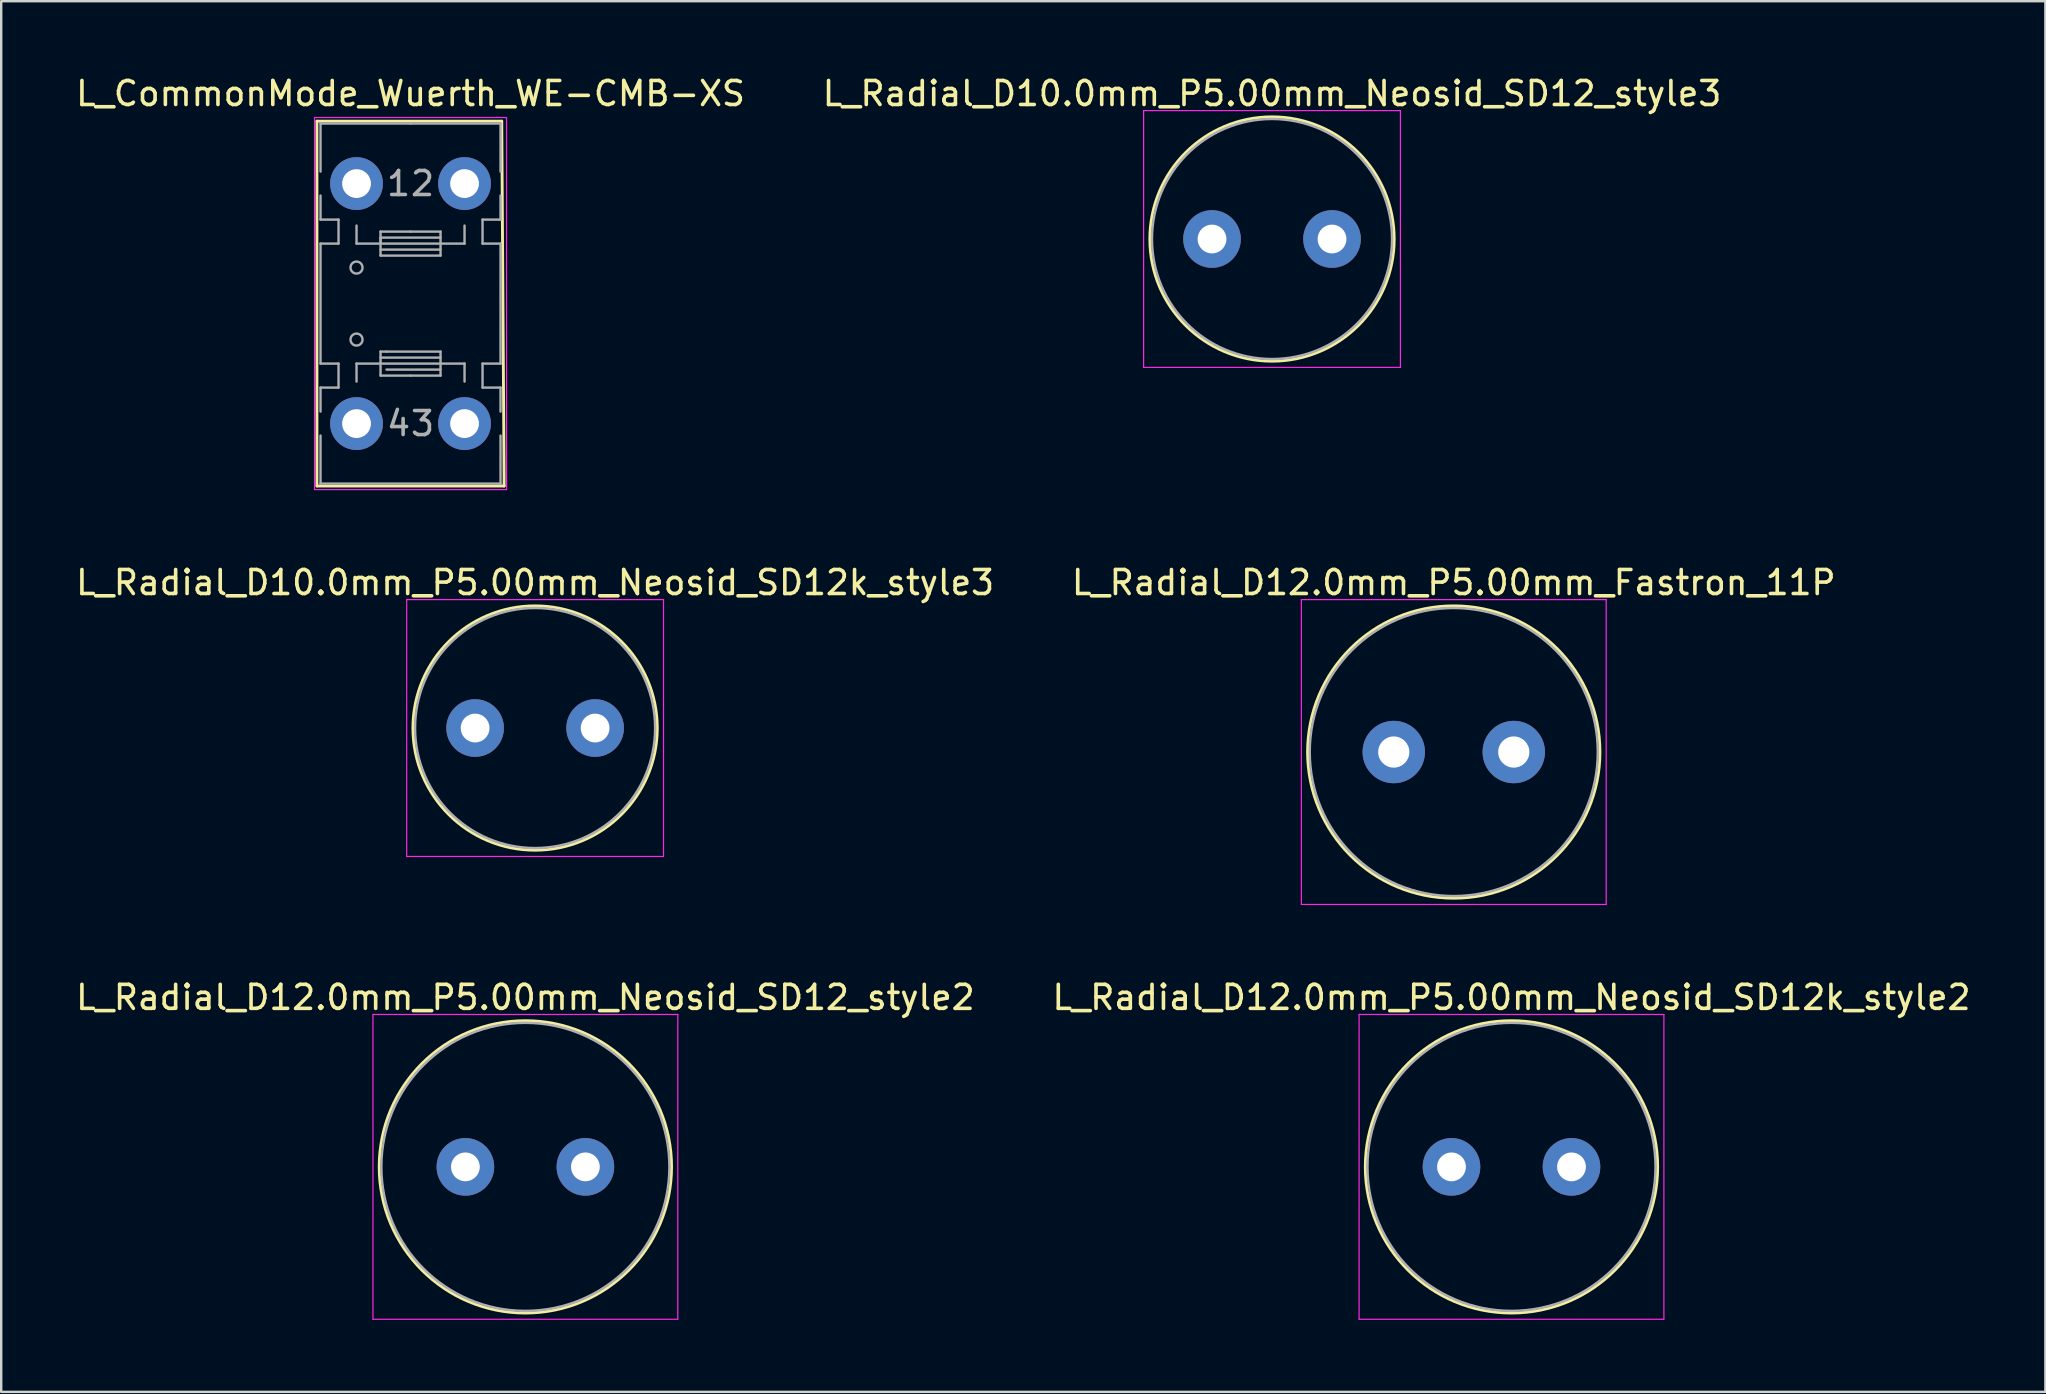
<source format=kicad_pcb>
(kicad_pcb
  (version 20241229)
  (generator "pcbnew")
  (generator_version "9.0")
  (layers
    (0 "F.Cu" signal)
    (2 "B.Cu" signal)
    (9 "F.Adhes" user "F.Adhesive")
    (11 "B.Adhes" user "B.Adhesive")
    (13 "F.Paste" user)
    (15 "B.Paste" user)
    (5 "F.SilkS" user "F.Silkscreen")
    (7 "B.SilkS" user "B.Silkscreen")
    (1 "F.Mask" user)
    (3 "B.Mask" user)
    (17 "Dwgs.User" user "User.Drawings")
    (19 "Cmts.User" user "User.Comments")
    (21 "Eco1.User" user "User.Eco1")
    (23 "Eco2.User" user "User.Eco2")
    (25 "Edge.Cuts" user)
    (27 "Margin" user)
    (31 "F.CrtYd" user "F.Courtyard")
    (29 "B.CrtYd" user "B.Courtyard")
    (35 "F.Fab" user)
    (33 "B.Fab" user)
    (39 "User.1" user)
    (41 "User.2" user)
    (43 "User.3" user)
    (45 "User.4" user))
  (footprint "L_Radial_D12.0mm_P5.00mm_Fastron_11P"
    (layer "F.Cu")
    (at 55.018 28.282)
    (property "Reference" "L_Radial_D12.0mm_P5.00mm_Fastron_11P" (at 2.5 -7.06 0) (layer "F.SilkS") (effects (font (size 1 1) (thickness 0.15))))
    (attr through_hole)
    (fp_circle (center 2.5 0) (end 8.59 0) (stroke (width 0.12) (type solid)) (fill no) (layer "F.SilkS"))
    (fp_line (start -3.85 -6.35) (end -3.85 6.35) (stroke (width 0.05) (type solid)) (layer "F.CrtYd"))
    (fp_line (start -3.85 6.35) (end 8.85 6.35) (stroke (width 0.05) (type solid)) (layer "F.CrtYd"))
    (fp_line (start 8.85 -6.35) (end -3.85 -6.35) (stroke (width 0.05) (type solid)) (layer "F.CrtYd"))
    (fp_line (start 8.85 6.35) (end 8.85 -6.35) (stroke (width 0.05) (type solid)) (layer "F.CrtYd"))
    (fp_circle (center 2.5 0) (end 8.5 0) (stroke (width 0.1) (type solid)) (fill no) (layer "F.Fab"))
    (pad "1" thru_hole circle (at 0 0) (size 2.6 2.6) (drill 1.3) (layers "*.Cu" "*.Mask"))
    (pad "2" thru_hole circle (at 5 0) (size 2.6 2.6) (drill 1.3) (layers "*.Cu" "*.Mask")))
  (footprint "L_CommonMode_Wuerth_WE-CMB-XS"
    (layer "F.Cu")
    (at 11.804 4.598)
    (property "Reference" "L_CommonMode_Wuerth_WE-CMB-XS" (at 2.25 -3.75 0) (layer "F.SilkS") (effects (font (size 1 1) (thickness 0.15))))
    (attr through_hole)
    (fp_line (start -1.65 -2.6) (end -1.65 12.6) (stroke (width 0.12) (type solid)) (layer "F.SilkS"))
    (fp_line (start -1.65 12.6) (end 6.15 12.6) (stroke (width 0.12) (type solid)) (layer "F.SilkS"))
    (fp_line (start 6.05 -2.6) (end -1.65 -2.6) (stroke (width 0.12) (type solid)) (layer "F.SilkS"))
    (fp_line (start 6.15 12.6) (end 6.05 -2.6) (stroke (width 0.12) (type solid)) (layer "F.SilkS"))
    (fp_line (start -1.75 -2.75) (end -1.75 12.75) (stroke (width 0.05) (type solid)) (layer "F.CrtYd"))
    (fp_line (start -1.75 12.75) (end 6.25 12.75) (stroke (width 0.05) (type solid)) (layer "F.CrtYd"))
    (fp_line (start 6.25 -2.75) (end -1.75 -2.75) (stroke (width 0.05) (type solid)) (layer "F.CrtYd"))
    (fp_line (start 6.25 12.75) (end 6.25 -2.75) (stroke (width 0.05) (type solid)) (layer "F.CrtYd"))
    (fp_line (start -1.5 -2.5) (end 2.25 -2.5) (stroke (width 0.1) (type solid)) (layer "F.Fab"))
    (fp_line (start -1.5 -0.5) (end -1.5 -2.5) (stroke (width 0.1) (type solid)) (layer "F.Fab"))
    (fp_line (start -1.5 1.5) (end -1.5 0.5) (stroke (width 0.1) (type solid)) (layer "F.Fab"))
    (fp_line (start -1.5 2.5) (end -0.75 2.5) (stroke (width 0.1) (type solid)) (layer "F.Fab"))
    (fp_line (start -1.5 7.5) (end -1.5 2.5) (stroke (width 0.1) (type solid)) (layer "F.Fab"))
    (fp_line (start -1.5 8.5) (end -0.75 8.5) (stroke (width 0.1) (type solid)) (layer "F.Fab"))
    (fp_line (start -1.5 9.5) (end -1.5 8.5) (stroke (width 0.1) (type solid)) (layer "F.Fab"))
    (fp_line (start -1.5 12.5) (end -1.5 10.5) (stroke (width 0.1) (type solid)) (layer "F.Fab"))
    (fp_line (start -0.75 1.5) (end -1.5 1.5) (stroke (width 0.1) (type solid)) (layer "F.Fab"))
    (fp_line (start -0.75 2.5) (end -0.75 1.5) (stroke (width 0.1) (type solid)) (layer "F.Fab"))
    (fp_line (start -0.75 7.5) (end -1.5 7.5) (stroke (width 0.1) (type solid)) (layer "F.Fab"))
    (fp_line (start -0.75 8.5) (end -0.75 7.5) (stroke (width 0.1) (type solid)) (layer "F.Fab"))
    (fp_line (start 0 2.5) (end 0 1.75) (stroke (width 0.1) (type solid)) (layer "F.Fab"))
    (fp_line (start 0 7.5) (end 0 8.25) (stroke (width 0.1) (type solid)) (layer "F.Fab"))
    (fp_line (start 1 2) (end 2.25 2) (stroke (width 0.1) (type solid)) (layer "F.Fab"))
    (fp_line (start 1 2.25) (end 1 2.5) (stroke (width 0.1) (type solid)) (layer "F.Fab"))
    (fp_line (start 1 2.5) (end 0 2.5) (stroke (width 0.1) (type solid)) (layer "F.Fab"))
    (fp_line (start 1 2.75) (end 3.5 2.75) (stroke (width 0.1) (type solid)) (layer "F.Fab"))
    (fp_line (start 1 3) (end 1 2) (stroke (width 0.1) (type solid)) (layer "F.Fab"))
    (fp_line (start 1 7) (end 1 8) (stroke (width 0.1) (type solid)) (layer "F.Fab"))
    (fp_line (start 1 7.5) (end 0 7.5) (stroke (width 0.1) (type solid)) (layer "F.Fab"))
    (fp_line (start 1 8) (end 2.25 8) (stroke (width 0.1) (type solid)) (layer "F.Fab"))
    (fp_line (start 1.25 7) (end 1 7) (stroke (width 0.1) (type solid)) (layer "F.Fab"))
    (fp_line (start 2.25 -2.5) (end 6 -2.5) (stroke (width 0.1) (type solid)) (layer "F.Fab"))
    (fp_line (start 2.25 2) (end 3.5 2) (stroke (width 0.1) (type solid)) (layer "F.Fab"))
    (fp_line (start 2.25 8) (end 3.5 8) (stroke (width 0.1) (type solid)) (layer "F.Fab"))
    (fp_line (start 3.5 2) (end 3.5 3) (stroke (width 0.1) (type solid)) (layer "F.Fab"))
    (fp_line (start 3.5 2.25) (end 1 2.25) (stroke (width 0.1) (type solid)) (layer "F.Fab"))
    (fp_line (start 3.5 2.5) (end 1 2.5) (stroke (width 0.1) (type solid)) (layer "F.Fab"))
    (fp_line (start 3.5 2.5) (end 4.5 2.5) (stroke (width 0.1) (type solid)) (layer "F.Fab"))
    (fp_line (start 3.5 3) (end 1 3) (stroke (width 0.1) (type solid)) (layer "F.Fab"))
    (fp_line (start 3.5 7) (end 1.25 7) (stroke (width 0.1) (type solid)) (layer "F.Fab"))
    (fp_line (start 3.5 7.25) (end 1 7.25) (stroke (width 0.1) (type solid)) (layer "F.Fab"))
    (fp_line (start 3.5 7.5) (end 1 7.5) (stroke (width 0.1) (type solid)) (layer "F.Fab"))
    (fp_line (start 3.5 7.5) (end 4.5 7.5) (stroke (width 0.1) (type solid)) (layer "F.Fab"))
    (fp_line (start 3.5 7.75) (end 1.25 7.75) (stroke (width 0.1) (type solid)) (layer "F.Fab"))
    (fp_line (start 3.5 8) (end 3.5 7) (stroke (width 0.1) (type solid)) (layer "F.Fab"))
    (fp_line (start 4.5 2.5) (end 4.5 1.75) (stroke (width 0.1) (type solid)) (layer "F.Fab"))
    (fp_line (start 4.5 7.5) (end 4.5 8.25) (stroke (width 0.1) (type solid)) (layer "F.Fab"))
    (fp_line (start 5.25 1.5) (end 5.25 2.5) (stroke (width 0.1) (type solid)) (layer "F.Fab"))
    (fp_line (start 5.25 2.5) (end 6 2.5) (stroke (width 0.1) (type solid)) (layer "F.Fab"))
    (fp_line (start 5.25 7.5) (end 5.25 8.5) (stroke (width 0.1) (type solid)) (layer "F.Fab"))
    (fp_line (start 5.25 8.5) (end 6 8.5) (stroke (width 0.1) (type solid)) (layer "F.Fab"))
    (fp_line (start 6 -2.5) (end 6 -0.5) (stroke (width 0.1) (type solid)) (layer "F.Fab"))
    (fp_line (start 6 0.5) (end 6 1.5) (stroke (width 0.1) (type solid)) (layer "F.Fab"))
    (fp_line (start 6 1.5) (end 5.25 1.5) (stroke (width 0.1) (type solid)) (layer "F.Fab"))
    (fp_line (start 6 2.5) (end 6 7.5) (stroke (width 0.1) (type solid)) (layer "F.Fab"))
    (fp_line (start 6 7.5) (end 5.25 7.5) (stroke (width 0.1) (type solid)) (layer "F.Fab"))
    (fp_line (start 6 8.5) (end 6 9.5) (stroke (width 0.1) (type solid)) (layer "F.Fab"))
    (fp_line (start 6 10.5) (end 6 12.5) (stroke (width 0.1) (type solid)) (layer "F.Fab"))
    (fp_line (start 6 12.5) (end -1.5 12.5) (stroke (width 0.1) (type solid)) (layer "F.Fab"))
    (fp_circle (center 0 3.5) (end 0.25 3.5) (stroke (width 0.1) (type solid)) (fill no) (layer "F.Fab"))
    (fp_circle (center 0 6.5) (end 0 6.25) (stroke (width 0.1) (type solid)) (fill no) (layer "F.Fab"))
    (fp_text user "4" (at 1.75 10 0) (layer "F.Fab") (effects (font (size 1 1) (thickness 0.15))))
    (fp_text user "2" (at 2.75 0 0) (layer "F.Fab") (effects (font (size 1 1) (thickness 0.15))))
    (fp_text user "3" (at 2.75 10 0) (layer "F.Fab") (effects (font (size 1 1) (thickness 0.15))))
    (fp_text user "1" (at 1.75 0 0) (layer "F.Fab") (effects (font (size 1 1) (thickness 0.15))))
    (pad "1" thru_hole circle (at 0 0) (size 2.2 2.2) (drill 1.2) (layers "*.Cu" "*.Mask"))
    (pad "2" thru_hole circle (at 4.5 0) (size 2.2 2.2) (drill 1.2) (layers "*.Cu" "*.Mask"))
    (pad "3" thru_hole circle (at 4.5 10) (size 2.2 2.2) (drill 1.2) (layers "*.Cu" "*.Mask"))
    (pad "4" thru_hole circle (at 0 10) (size 2.2 2.2) (drill 1.2) (layers "*.Cu" "*.Mask")))
  (footprint "L_Radial_D10.0mm_P5.00mm_Neosid_SD12_style3"
    (layer "F.Cu")
    (at 47.446 6.908)
    (property "Reference" "L_Radial_D10.0mm_P5.00mm_Neosid_SD12_style3" (at 2.5 -6.06 0) (layer "F.SilkS") (effects (font (size 1 1) (thickness 0.15))))
    (attr through_hole)
    (fp_circle (center 2.5 0) (end 7.59 0) (stroke (width 0.12) (type solid)) (fill no) (layer "F.SilkS"))
    (fp_line (start -2.85 -5.35) (end -2.85 5.35) (stroke (width 0.05) (type solid)) (layer "F.CrtYd"))
    (fp_line (start -2.85 5.35) (end 7.85 5.35) (stroke (width 0.05) (type solid)) (layer "F.CrtYd"))
    (fp_line (start 7.85 -5.35) (end -2.85 -5.35) (stroke (width 0.05) (type solid)) (layer "F.CrtYd"))
    (fp_line (start 7.85 5.35) (end 7.85 -5.35) (stroke (width 0.05) (type solid)) (layer "F.CrtYd"))
    (fp_circle (center 2.5 0) (end 7.5 0) (stroke (width 0.1) (type solid)) (fill no) (layer "F.Fab"))
    (pad "1" thru_hole circle (at 0 0) (size 2.4 2.4) (drill 1.2) (layers "*.Cu" "*.Mask"))
    (pad "2" thru_hole circle (at 5 0) (size 2.4 2.4) (drill 1.2) (layers "*.Cu" "*.Mask")))
  (footprint "L_Radial_D12.0mm_P5.00mm_Neosid_SD12k_style2"
    (layer "F.Cu")
    (at 57.423 45.565)
    (property "Reference" "L_Radial_D12.0mm_P5.00mm_Neosid_SD12k_style2" (at 2.5 -7.06 0) (layer "F.SilkS") (effects (font (size 1 1) (thickness 0.15))))
    (attr through_hole)
    (fp_circle (center 2.5 0) (end 8.59 0) (stroke (width 0.12) (type solid)) (fill no) (layer "F.SilkS"))
    (fp_line (start -3.85 -6.35) (end -3.85 6.35) (stroke (width 0.05) (type solid)) (layer "F.CrtYd"))
    (fp_line (start -3.85 6.35) (end 8.85 6.35) (stroke (width 0.05) (type solid)) (layer "F.CrtYd"))
    (fp_line (start 8.85 -6.35) (end -3.85 -6.35) (stroke (width 0.05) (type solid)) (layer "F.CrtYd"))
    (fp_line (start 8.85 6.35) (end 8.85 -6.35) (stroke (width 0.05) (type solid)) (layer "F.CrtYd"))
    (fp_circle (center 2.5 0) (end 8.5 0) (stroke (width 0.1) (type solid)) (fill no) (layer "F.Fab"))
    (pad "1" thru_hole circle (at 0 0) (size 2.4 2.4) (drill 1.2) (layers "*.Cu" "*.Mask"))
    (pad "2" thru_hole circle (at 5 0) (size 2.4 2.4) (drill 1.2) (layers "*.Cu" "*.Mask")))
  (footprint "L_Radial_D10.0mm_P5.00mm_Neosid_SD12k_style3"
    (layer "F.Cu")
    (at 16.744 27.282)
    (property "Reference" "L_Radial_D10.0mm_P5.00mm_Neosid_SD12k_style3" (at 2.5 -6.06 0) (layer "F.SilkS") (effects (font (size 1 1) (thickness 0.15))))
    (attr through_hole)
    (fp_circle (center 2.5 0) (end 7.59 0) (stroke (width 0.12) (type solid)) (fill no) (layer "F.SilkS"))
    (fp_line (start -2.85 -5.35) (end -2.85 5.35) (stroke (width 0.05) (type solid)) (layer "F.CrtYd"))
    (fp_line (start -2.85 5.35) (end 7.85 5.35) (stroke (width 0.05) (type solid)) (layer "F.CrtYd"))
    (fp_line (start 7.85 -5.35) (end -2.85 -5.35) (stroke (width 0.05) (type solid)) (layer "F.CrtYd"))
    (fp_line (start 7.85 5.35) (end 7.85 -5.35) (stroke (width 0.05) (type solid)) (layer "F.CrtYd"))
    (fp_circle (center 2.5 0) (end 7.5 0) (stroke (width 0.1) (type solid)) (fill no) (layer "F.Fab"))
    (pad "1" thru_hole circle (at 0 0) (size 2.4 2.4) (drill 1.2) (layers "*.Cu" "*.Mask"))
    (pad "2" thru_hole circle (at 5 0) (size 2.4 2.4) (drill 1.2) (layers "*.Cu" "*.Mask")))
  (footprint "L_Radial_D12.0mm_P5.00mm_Neosid_SD12_style2"
    (layer "F.Cu")
    (at 16.339 45.565)
    (property "Reference" "L_Radial_D12.0mm_P5.00mm_Neosid_SD12_style2" (at 2.5 -7.06 0) (layer "F.SilkS") (effects (font (size 1 1) (thickness 0.15))))
    (attr through_hole)
    (fp_circle (center 2.5 0) (end 8.59 0) (stroke (width 0.12) (type solid)) (fill no) (layer "F.SilkS"))
    (fp_line (start -3.85 -6.35) (end -3.85 6.35) (stroke (width 0.05) (type solid)) (layer "F.CrtYd"))
    (fp_line (start -3.85 6.35) (end 8.85 6.35) (stroke (width 0.05) (type solid)) (layer "F.CrtYd"))
    (fp_line (start 8.85 -6.35) (end -3.85 -6.35) (stroke (width 0.05) (type solid)) (layer "F.CrtYd"))
    (fp_line (start 8.85 6.35) (end 8.85 -6.35) (stroke (width 0.05) (type solid)) (layer "F.CrtYd"))
    (fp_circle (center 2.5 0) (end 8.5 0) (stroke (width 0.1) (type solid)) (fill no) (layer "F.Fab"))
    (pad "1" thru_hole circle (at 0 0) (size 2.4 2.4) (drill 1.2) (layers "*.Cu" "*.Mask"))
    (pad "2" thru_hole circle (at 5 0) (size 2.4 2.4) (drill 1.2) (layers "*.Cu" "*.Mask")))
  (gr_rect
    (start -3 -3)
    (end 82.167 54.94)
    (stroke (width 0.1) (type default))
    (fill no)
    (layer "Edge.Cuts")))
</source>
